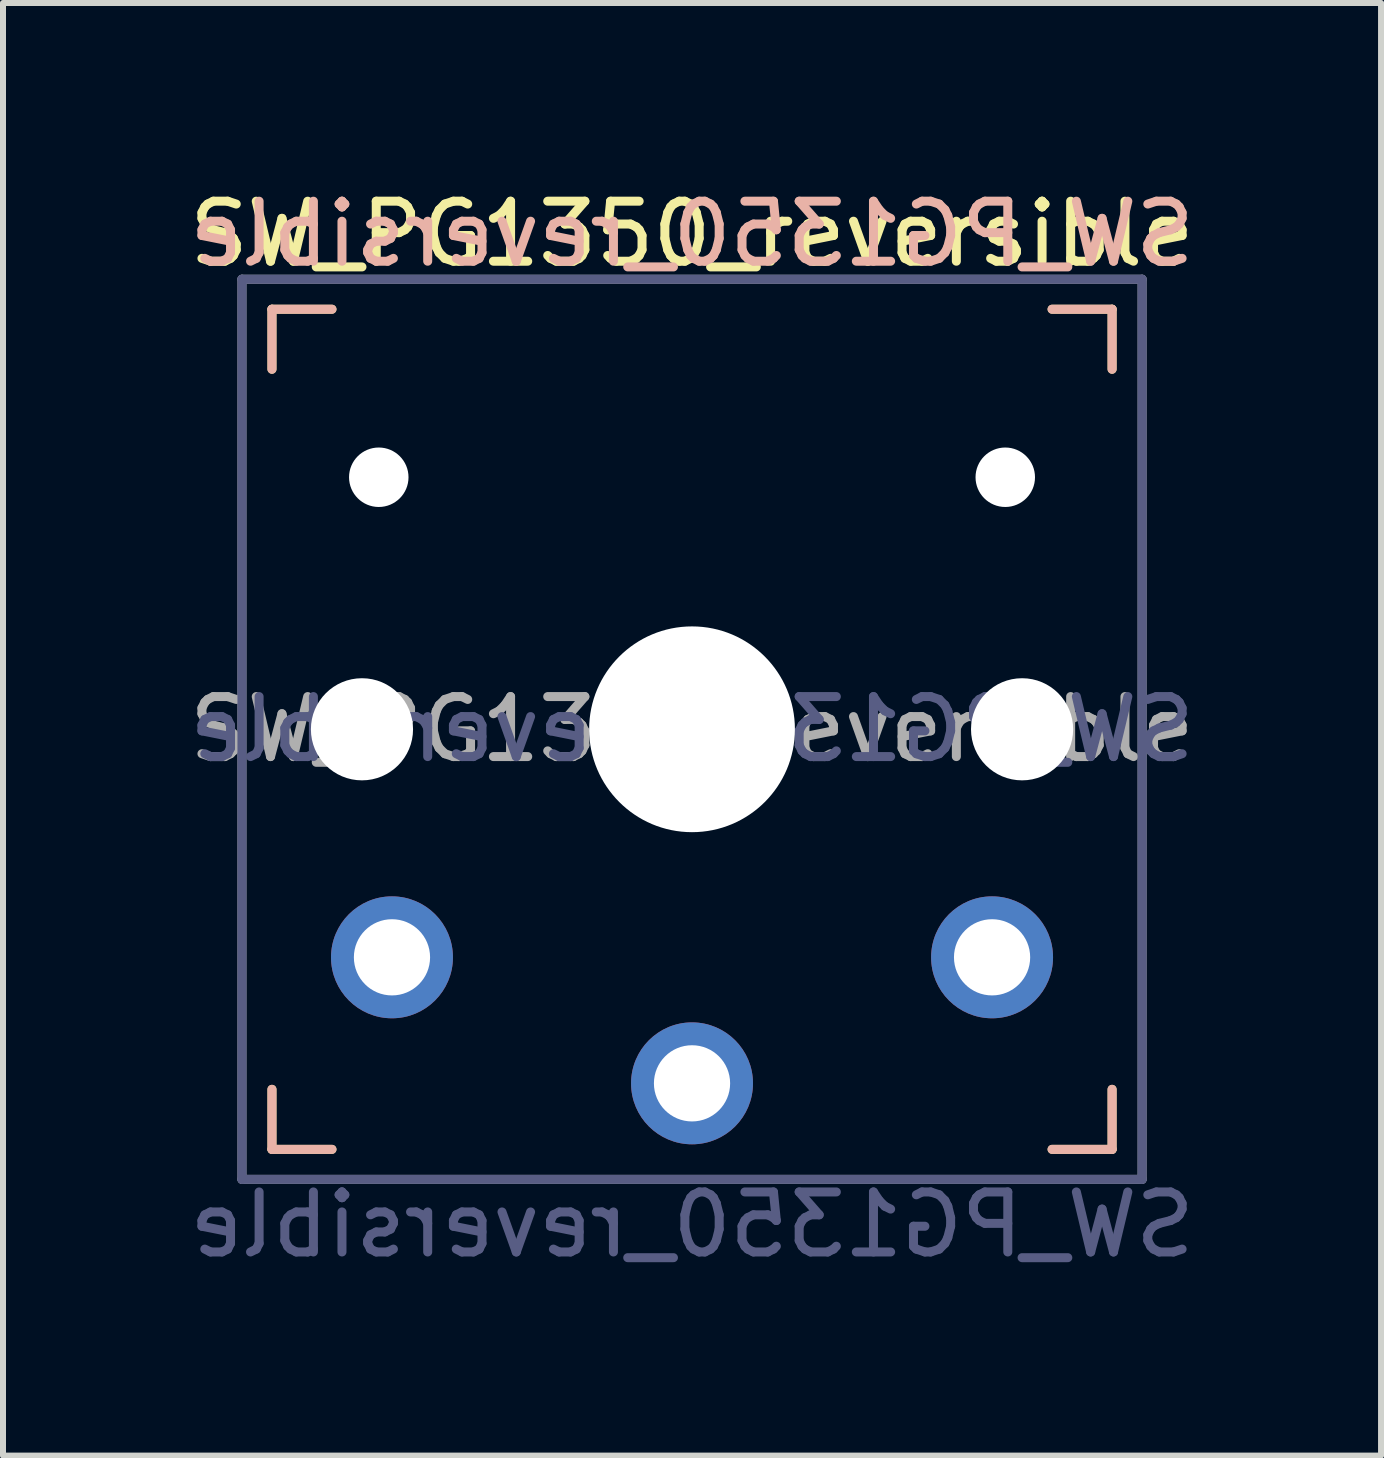
<source format=kicad_pcb>
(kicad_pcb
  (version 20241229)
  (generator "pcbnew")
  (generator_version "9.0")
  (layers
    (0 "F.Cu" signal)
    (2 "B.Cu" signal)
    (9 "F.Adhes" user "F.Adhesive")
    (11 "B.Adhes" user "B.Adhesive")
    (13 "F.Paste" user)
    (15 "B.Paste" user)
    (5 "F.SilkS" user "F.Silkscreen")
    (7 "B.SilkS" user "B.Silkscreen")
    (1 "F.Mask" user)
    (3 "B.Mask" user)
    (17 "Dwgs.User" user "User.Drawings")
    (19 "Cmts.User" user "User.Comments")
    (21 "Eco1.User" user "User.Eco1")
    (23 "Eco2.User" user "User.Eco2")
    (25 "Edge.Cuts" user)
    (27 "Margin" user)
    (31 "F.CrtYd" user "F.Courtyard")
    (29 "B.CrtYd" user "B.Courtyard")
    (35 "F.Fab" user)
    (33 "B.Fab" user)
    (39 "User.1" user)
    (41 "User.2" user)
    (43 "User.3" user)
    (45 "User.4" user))
  (footprint "SW_PG1350_reversible"
    (layer "F.Cu")
    (at 8.482 9.103)
    (property "Reference" "SW_PG1350_reversible" (at 0 -8.255 0) (layer "F.SilkS") (effects (font (size 1 1) (thickness 0.15))))
    (property "Value" "SW_PG1350_reversible" (at 0 8.255 0) (layer "F.Fab") (hide yes) (effects (font (size 1 1) (thickness 0.15))))
    (attr through_hole)
    (fp_line (start -7 -7) (end -6 -7) (stroke (width 0.15) (type solid)) (layer "F.SilkS"))
    (fp_line (start -7 -6) (end -7 -7) (stroke (width 0.15) (type solid)) (layer "F.SilkS"))
    (fp_line (start -7 7) (end -7 6) (stroke (width 0.15) (type solid)) (layer "F.SilkS"))
    (fp_line (start -6 7) (end -7 7) (stroke (width 0.15) (type solid)) (layer "F.SilkS"))
    (fp_line (start 6 -7) (end 7 -7) (stroke (width 0.15) (type solid)) (layer "F.SilkS"))
    (fp_line (start 7 -7) (end 7 -6) (stroke (width 0.15) (type solid)) (layer "F.SilkS"))
    (fp_line (start 7 6) (end 7 7) (stroke (width 0.15) (type solid)) (layer "F.SilkS"))
    (fp_line (start 7 7) (end 6 7) (stroke (width 0.15) (type solid)) (layer "F.SilkS"))
    (fp_line (start -7 -7) (end -6 -7) (stroke (width 0.15) (type solid)) (layer "B.SilkS"))
    (fp_line (start -7 -6) (end -7 -7) (stroke (width 0.15) (type solid)) (layer "B.SilkS"))
    (fp_line (start -7 7) (end -7 6) (stroke (width 0.15) (type solid)) (layer "B.SilkS"))
    (fp_line (start -6 7) (end -7 7) (stroke (width 0.15) (type solid)) (layer "B.SilkS"))
    (fp_line (start 6 -7) (end 7 -7) (stroke (width 0.15) (type solid)) (layer "B.SilkS"))
    (fp_line (start 7 -7) (end 7 -6) (stroke (width 0.15) (type solid)) (layer "B.SilkS"))
    (fp_line (start 7 6) (end 7 7) (stroke (width 0.15) (type solid)) (layer "B.SilkS"))
    (fp_line (start 7 7) (end 6 7) (stroke (width 0.15) (type solid)) (layer "B.SilkS"))
    (fp_line (start -6.9 6.9) (end -6.9 -6.9) (stroke (width 0.15) (type solid)) (layer "Eco2.User"))
    (fp_line (start -6.9 6.9) (end -6.9 -6.9) (stroke (width 0.15) (type solid)) (layer "Eco2.User"))
    (fp_line (start -6.9 6.9) (end 6.9 6.9) (stroke (width 0.15) (type solid)) (layer "Eco2.User"))
    (fp_line (start -6.9 6.9) (end 6.9 6.9) (stroke (width 0.15) (type solid)) (layer "Eco2.User"))
    (fp_line (start -2.6 -6.3) (end -2.6 -3.1) (stroke (width 0.15) (type solid)) (layer "Eco2.User"))
    (fp_line (start -2.6 -3.1) (end -2.6 -6.3) (stroke (width 0.15) (type solid)) (layer "Eco2.User"))
    (fp_line (start -2.6 -3.1) (end 2.6 -3.1) (stroke (width 0.15) (type solid)) (layer "Eco2.User"))
    (fp_line (start -2.6 -3.1) (end 2.6 -3.1) (stroke (width 0.15) (type solid)) (layer "Eco2.User"))
    (fp_line (start 2.6 -6.3) (end -2.6 -6.3) (stroke (width 0.15) (type solid)) (layer "Eco2.User"))
    (fp_line (start 2.6 -6.3) (end -2.6 -6.3) (stroke (width 0.15) (type solid)) (layer "Eco2.User"))
    (fp_line (start 2.6 -6.3) (end 2.6 -3.1) (stroke (width 0.15) (type solid)) (layer "Eco2.User"))
    (fp_line (start 2.6 -3.1) (end 2.6 -6.3) (stroke (width 0.15) (type solid)) (layer "Eco2.User"))
    (fp_line (start 6.9 -6.9) (end -6.9 -6.9) (stroke (width 0.15) (type solid)) (layer "Eco2.User"))
    (fp_line (start 6.9 -6.9) (end -6.9 -6.9) (stroke (width 0.15) (type solid)) (layer "Eco2.User"))
    (fp_line (start 6.9 -6.9) (end 6.9 6.9) (stroke (width 0.15) (type solid)) (layer "Eco2.User"))
    (fp_line (start 6.9 -6.9) (end 6.9 6.9) (stroke (width 0.15) (type solid)) (layer "Eco2.User"))
    (fp_line (start -7.5 -7.5) (end 7.5 -7.5) (stroke (width 0.15) (type solid)) (layer "B.Fab"))
    (fp_line (start -7.5 7.5) (end -7.5 -7.5) (stroke (width 0.15) (type solid)) (layer "B.Fab"))
    (fp_line (start 7.5 -7.5) (end 7.5 7.5) (stroke (width 0.15) (type solid)) (layer "B.Fab"))
    (fp_line (start 7.5 7.5) (end -7.5 7.5) (stroke (width 0.15) (type solid)) (layer "B.Fab"))
    (fp_line (start -7.5 -7.5) (end 7.5 -7.5) (stroke (width 0.15) (type solid)) (layer "F.Fab"))
    (fp_line (start -7.5 7.5) (end -7.5 -7.5) (stroke (width 0.15) (type solid)) (layer "F.Fab"))
    (fp_line (start 7.5 -7.5) (end 7.5 7.5) (stroke (width 0.15) (type solid)) (layer "F.Fab"))
    (fp_line (start 7.5 7.5) (end -7.5 7.5) (stroke (width 0.15) (type solid)) (layer "F.Fab"))
    (fp_text user "${REFERENCE}" (at 0 -8.255 0) (layer "B.SilkS") (effects (font (size 1 1) (thickness 0.15)) (justify mirror)))
    (fp_text user "${REFERENCE}" (at 0 0 0) (layer "B.Fab") (effects (font (size 1 1) (thickness 0.15)) (justify mirror)))
    (fp_text user "${VALUE}" (at 0 8.255 0) (layer "B.Fab") (effects (font (size 1 1) (thickness 0.15)) (justify mirror)))
    (fp_text user "${REFERENCE}" (at 0 0 0) (layer "F.Fab") (effects (font (size 1 1) (thickness 0.15))))
    (pad "" np_thru_hole circle (at -5.5 0) (size 1.702 1.702) (drill 1.702) (layers "*.Cu" "*.Mask"))
    (pad "" np_thru_hole circle (at -5.22 -4.2) (size 0.991 0.991) (drill 0.991) (layers "*.Cu" "*.Mask"))
    (pad "" np_thru_hole circle (at 0 0) (size 3.429 3.429) (drill 3.429) (layers "*.Cu" "*.Mask"))
    (pad "" np_thru_hole circle (at 5.22 -4.2) (size 0.991 0.991) (drill 0.991) (layers "*.Cu" "*.Mask"))
    (pad "" np_thru_hole circle (at 5.5 0) (size 1.702 1.702) (drill 1.702) (layers "*.Cu" "*.Mask"))
    (pad "1" thru_hole circle (at 0 5.9) (size 2.032 2.032) (drill 1.27) (layers "*.Cu" "*.Mask"))
    (pad "2" thru_hole circle (at -5 3.8) (size 2.032 2.032) (drill 1.27) (layers "*.Cu" "*.Mask"))
    (pad "2" thru_hole circle (at 5 3.8) (size 2.032 2.032) (drill 1.27) (layers "*.Cu" "*.Mask")))
  (gr_rect
    (start -3 -3)
    (end 19.964 21.206)
    (stroke (width 0.1) (type default))
    (fill no)
    (layer "Edge.Cuts")))
</source>
